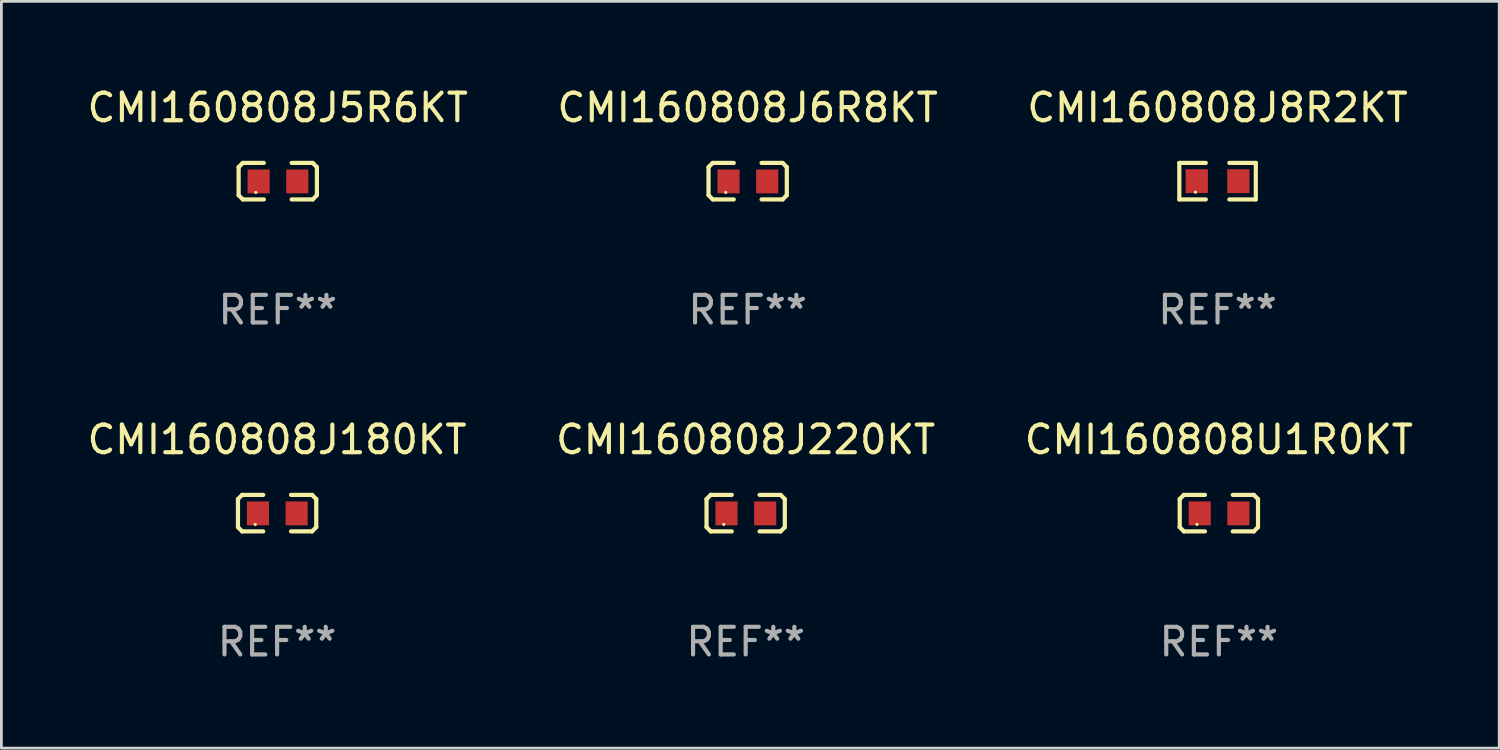
<source format=kicad_pcb>
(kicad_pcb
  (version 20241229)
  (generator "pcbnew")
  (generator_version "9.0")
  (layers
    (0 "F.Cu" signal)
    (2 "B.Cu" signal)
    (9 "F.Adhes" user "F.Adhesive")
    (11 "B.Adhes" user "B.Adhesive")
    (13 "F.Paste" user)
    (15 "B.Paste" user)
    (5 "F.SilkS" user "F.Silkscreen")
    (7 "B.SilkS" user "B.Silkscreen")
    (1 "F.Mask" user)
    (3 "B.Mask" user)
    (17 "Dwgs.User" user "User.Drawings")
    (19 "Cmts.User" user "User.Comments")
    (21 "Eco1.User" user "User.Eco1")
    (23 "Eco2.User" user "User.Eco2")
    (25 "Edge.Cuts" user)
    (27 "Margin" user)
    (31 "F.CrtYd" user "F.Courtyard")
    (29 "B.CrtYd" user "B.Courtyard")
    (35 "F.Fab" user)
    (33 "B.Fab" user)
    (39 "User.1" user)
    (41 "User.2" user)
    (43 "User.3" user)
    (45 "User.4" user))
  (footprint "CMI160808J6R8KT"
    (layer "F.Cu")
    (at 24.018 3.509)
    (property "Reference" "CMI160808J6R8KT" (at 0 -2.661 0) (layer "F.SilkS") (effects (font (size 1 1) (thickness 0.15))))
    (attr through_hole)
    (fp_line (start -1.417 -0.508) (end -1.265 -0.661) (stroke (width 0.152) (type solid)) (layer "F.SilkS"))
    (fp_line (start -1.417 0.508) (end -1.417 -0.508) (stroke (width 0.152) (type solid)) (layer "F.SilkS"))
    (fp_line (start -1.265 -0.661) (end -0.503 -0.661) (stroke (width 0.152) (type solid)) (layer "F.SilkS"))
    (fp_line (start -1.265 0.661) (end -1.417 0.508) (stroke (width 0.152) (type solid)) (layer "F.SilkS"))
    (fp_line (start -1.265 0.661) (end -0.503 0.661) (stroke (width 0.152) (type solid)) (layer "F.SilkS"))
    (fp_line (start 1.265 -0.661) (end 0.503 -0.661) (stroke (width 0.152) (type solid)) (layer "F.SilkS"))
    (fp_line (start 1.265 -0.661) (end 1.417 -0.508) (stroke (width 0.152) (type solid)) (layer "F.SilkS"))
    (fp_line (start 1.265 0.661) (end 0.503 0.661) (stroke (width 0.152) (type solid)) (layer "F.SilkS"))
    (fp_line (start 1.417 -0.508) (end 1.417 0.508) (stroke (width 0.152) (type solid)) (layer "F.SilkS"))
    (fp_line (start 1.417 0.508) (end 1.265 0.661) (stroke (width 0.152) (type solid)) (layer "F.SilkS"))
    (fp_circle (center -0.793 0.409) (end -0.763 0.409) (stroke (width 0.06) (type solid)) (fill no) (layer "F.SilkS"))
    (fp_text user "REF**" (at 0 4.661 0) (layer "F.Fab") (effects (font (size 1 1) (thickness 0.15))))
    (pad "1" smd rect (at -0.693 0.009 180) (size 0.8 0.864) (layers "F.Cu" "F.Mask" "F.Paste"))
    (pad "2" smd rect (at 0.707 0.009 180) (size 0.8 0.864) (layers "F.Cu" "F.Mask" "F.Paste")))
  (footprint "CMI160808J180KT"
    (layer "F.Cu")
    (at 6.982 15.527)
    (property "Reference" "CMI160808J180KT" (at 0 -2.661 0) (layer "F.SilkS") (effects (font (size 1 1) (thickness 0.15))))
    (attr through_hole)
    (fp_line (start -1.417 -0.508) (end -1.265 -0.661) (stroke (width 0.152) (type solid)) (layer "F.SilkS"))
    (fp_line (start -1.417 0.508) (end -1.417 -0.508) (stroke (width 0.152) (type solid)) (layer "F.SilkS"))
    (fp_line (start -1.265 -0.661) (end -0.503 -0.661) (stroke (width 0.152) (type solid)) (layer "F.SilkS"))
    (fp_line (start -1.265 0.661) (end -1.417 0.508) (stroke (width 0.152) (type solid)) (layer "F.SilkS"))
    (fp_line (start -1.265 0.661) (end -0.503 0.661) (stroke (width 0.152) (type solid)) (layer "F.SilkS"))
    (fp_line (start 1.265 -0.661) (end 0.503 -0.661) (stroke (width 0.152) (type solid)) (layer "F.SilkS"))
    (fp_line (start 1.265 -0.661) (end 1.417 -0.508) (stroke (width 0.152) (type solid)) (layer "F.SilkS"))
    (fp_line (start 1.265 0.661) (end 0.503 0.661) (stroke (width 0.152) (type solid)) (layer "F.SilkS"))
    (fp_line (start 1.417 -0.508) (end 1.417 0.508) (stroke (width 0.152) (type solid)) (layer "F.SilkS"))
    (fp_line (start 1.417 0.508) (end 1.265 0.661) (stroke (width 0.152) (type solid)) (layer "F.SilkS"))
    (fp_circle (center -0.793 0.409) (end -0.763 0.409) (stroke (width 0.06) (type solid)) (fill no) (layer "F.SilkS"))
    (fp_text user "REF**" (at 0 4.661 0) (layer "F.Fab") (effects (font (size 1 1) (thickness 0.15))))
    (pad "1" smd rect (at -0.693 0.009 180) (size 0.8 0.864) (layers "F.Cu" "F.Mask" "F.Paste"))
    (pad "2" smd rect (at 0.707 0.009 180) (size 0.8 0.864) (layers "F.Cu" "F.Mask" "F.Paste")))
  (footprint "CMI160808J220KT"
    (layer "F.Cu")
    (at 23.946 15.527)
    (property "Reference" "CMI160808J220KT" (at 0 -2.661 0) (layer "F.SilkS") (effects (font (size 1 1) (thickness 0.15))))
    (attr through_hole)
    (fp_line (start -1.417 -0.508) (end -1.265 -0.661) (stroke (width 0.152) (type solid)) (layer "F.SilkS"))
    (fp_line (start -1.417 0.508) (end -1.417 -0.508) (stroke (width 0.152) (type solid)) (layer "F.SilkS"))
    (fp_line (start -1.265 -0.661) (end -0.503 -0.661) (stroke (width 0.152) (type solid)) (layer "F.SilkS"))
    (fp_line (start -1.265 0.661) (end -1.417 0.508) (stroke (width 0.152) (type solid)) (layer "F.SilkS"))
    (fp_line (start -1.265 0.661) (end -0.503 0.661) (stroke (width 0.152) (type solid)) (layer "F.SilkS"))
    (fp_line (start 1.265 -0.661) (end 0.503 -0.661) (stroke (width 0.152) (type solid)) (layer "F.SilkS"))
    (fp_line (start 1.265 -0.661) (end 1.417 -0.508) (stroke (width 0.152) (type solid)) (layer "F.SilkS"))
    (fp_line (start 1.265 0.661) (end 0.503 0.661) (stroke (width 0.152) (type solid)) (layer "F.SilkS"))
    (fp_line (start 1.417 -0.508) (end 1.417 0.508) (stroke (width 0.152) (type solid)) (layer "F.SilkS"))
    (fp_line (start 1.417 0.508) (end 1.265 0.661) (stroke (width 0.152) (type solid)) (layer "F.SilkS"))
    (fp_circle (center -0.793 0.409) (end -0.763 0.409) (stroke (width 0.06) (type solid)) (fill no) (layer "F.SilkS"))
    (fp_text user "REF**" (at 0 4.661 0) (layer "F.Fab") (effects (font (size 1 1) (thickness 0.15))))
    (pad "1" smd rect (at -0.693 0.009 180) (size 0.8 0.864) (layers "F.Cu" "F.Mask" "F.Paste"))
    (pad "2" smd rect (at 0.707 0.009 180) (size 0.8 0.864) (layers "F.Cu" "F.Mask" "F.Paste")))
  (footprint "CMI160808U1R0KT"
    (layer "F.Cu")
    (at 41.077 15.527)
    (property "Reference" "CMI160808U1R0KT" (at 0 -2.661 0) (layer "F.SilkS") (effects (font (size 1 1) (thickness 0.15))))
    (attr through_hole)
    (fp_line (start -1.417 -0.508) (end -1.265 -0.661) (stroke (width 0.152) (type solid)) (layer "F.SilkS"))
    (fp_line (start -1.417 0.508) (end -1.417 -0.508) (stroke (width 0.152) (type solid)) (layer "F.SilkS"))
    (fp_line (start -1.265 -0.661) (end -0.503 -0.661) (stroke (width 0.152) (type solid)) (layer "F.SilkS"))
    (fp_line (start -1.265 0.661) (end -1.417 0.508) (stroke (width 0.152) (type solid)) (layer "F.SilkS"))
    (fp_line (start -1.265 0.661) (end -0.503 0.661) (stroke (width 0.152) (type solid)) (layer "F.SilkS"))
    (fp_line (start 1.265 -0.661) (end 0.503 -0.661) (stroke (width 0.152) (type solid)) (layer "F.SilkS"))
    (fp_line (start 1.265 -0.661) (end 1.417 -0.508) (stroke (width 0.152) (type solid)) (layer "F.SilkS"))
    (fp_line (start 1.265 0.661) (end 0.503 0.661) (stroke (width 0.152) (type solid)) (layer "F.SilkS"))
    (fp_line (start 1.417 -0.508) (end 1.417 0.508) (stroke (width 0.152) (type solid)) (layer "F.SilkS"))
    (fp_line (start 1.417 0.508) (end 1.265 0.661) (stroke (width 0.152) (type solid)) (layer "F.SilkS"))
    (fp_circle (center -0.793 0.409) (end -0.763 0.409) (stroke (width 0.06) (type solid)) (fill no) (layer "F.SilkS"))
    (fp_text user "REF**" (at 0 4.661 0) (layer "F.Fab") (effects (font (size 1 1) (thickness 0.15))))
    (pad "1" smd rect (at -0.693 0.009 180) (size 0.8 0.864) (layers "F.Cu" "F.Mask" "F.Paste"))
    (pad "2" smd rect (at 0.707 0.009 180) (size 0.8 0.864) (layers "F.Cu" "F.Mask" "F.Paste")))
  (footprint "CMI160808J5R6KT"
    (layer "F.Cu")
    (at 7.006 3.509)
    (property "Reference" "CMI160808J5R6KT" (at 0 -2.661 0) (layer "F.SilkS") (effects (font (size 1 1) (thickness 0.15))))
    (attr through_hole)
    (fp_line (start -1.417 -0.508) (end -1.265 -0.661) (stroke (width 0.152) (type solid)) (layer "F.SilkS"))
    (fp_line (start -1.417 0.508) (end -1.417 -0.508) (stroke (width 0.152) (type solid)) (layer "F.SilkS"))
    (fp_line (start -1.265 -0.661) (end -0.503 -0.661) (stroke (width 0.152) (type solid)) (layer "F.SilkS"))
    (fp_line (start -1.265 0.661) (end -1.417 0.508) (stroke (width 0.152) (type solid)) (layer "F.SilkS"))
    (fp_line (start -1.265 0.661) (end -0.503 0.661) (stroke (width 0.152) (type solid)) (layer "F.SilkS"))
    (fp_line (start 1.265 -0.661) (end 0.503 -0.661) (stroke (width 0.152) (type solid)) (layer "F.SilkS"))
    (fp_line (start 1.265 -0.661) (end 1.417 -0.508) (stroke (width 0.152) (type solid)) (layer "F.SilkS"))
    (fp_line (start 1.265 0.661) (end 0.503 0.661) (stroke (width 0.152) (type solid)) (layer "F.SilkS"))
    (fp_line (start 1.417 -0.508) (end 1.417 0.508) (stroke (width 0.152) (type solid)) (layer "F.SilkS"))
    (fp_line (start 1.417 0.508) (end 1.265 0.661) (stroke (width 0.152) (type solid)) (layer "F.SilkS"))
    (fp_circle (center -0.793 0.409) (end -0.763 0.409) (stroke (width 0.06) (type solid)) (fill no) (layer "F.SilkS"))
    (fp_text user "REF**" (at 0 4.661 0) (layer "F.Fab") (effects (font (size 1 1) (thickness 0.15))))
    (pad "1" smd rect (at -0.693 0.009 180) (size 0.8 0.864) (layers "F.Cu" "F.Mask" "F.Paste"))
    (pad "2" smd rect (at 0.707 0.009 180) (size 0.8 0.864) (layers "F.Cu" "F.Mask" "F.Paste")))
  (footprint "CMI160808J8R2KT"
    (layer "F.Cu")
    (at 41.03 3.509)
    (property "Reference" "CMI160808J8R2KT" (at 0 -2.661 0) (layer "F.SilkS") (effects (font (size 1 1) (thickness 0.15))))
    (attr through_hole)
    (fp_line (start -1.385 -0.661) (end -0.426 -0.661) (stroke (width 0.152) (type solid)) (layer "F.SilkS"))
    (fp_line (start -1.385 0.661) (end -1.385 -0.661) (stroke (width 0.152) (type solid)) (layer "F.SilkS"))
    (fp_line (start -0.426 0.661) (end -1.385 0.661) (stroke (width 0.152) (type solid)) (layer "F.SilkS"))
    (fp_line (start 0.426 0.661) (end 1.385 0.661) (stroke (width 0.152) (type solid)) (layer "F.SilkS"))
    (fp_line (start 1.385 -0.661) (end 0.426 -0.661) (stroke (width 0.152) (type solid)) (layer "F.SilkS"))
    (fp_line (start 1.385 0.661) (end 1.385 -0.661) (stroke (width 0.152) (type solid)) (layer "F.SilkS"))
    (fp_circle (center -0.8 0.4) (end -0.77 0.4) (stroke (width 0.06) (type solid)) (fill no) (layer "F.SilkS"))
    (fp_text user "REF**" (at 0 4.661 0) (layer "F.Fab") (effects (font (size 1 1) (thickness 0.15))))
    (pad "1" smd rect (at -0.753 0) (size 0.806 0.864) (layers "F.Cu" "F.Mask" "F.Paste"))
    (pad "2" smd rect (at 0.753 0) (size 0.806 0.864) (layers "F.Cu" "F.Mask" "F.Paste")))
  (gr_rect
    (start -3 -3)
    (end 51.226 24.035)
    (stroke (width 0.1) (type default))
    (fill no)
    (layer "Edge.Cuts")))
</source>
